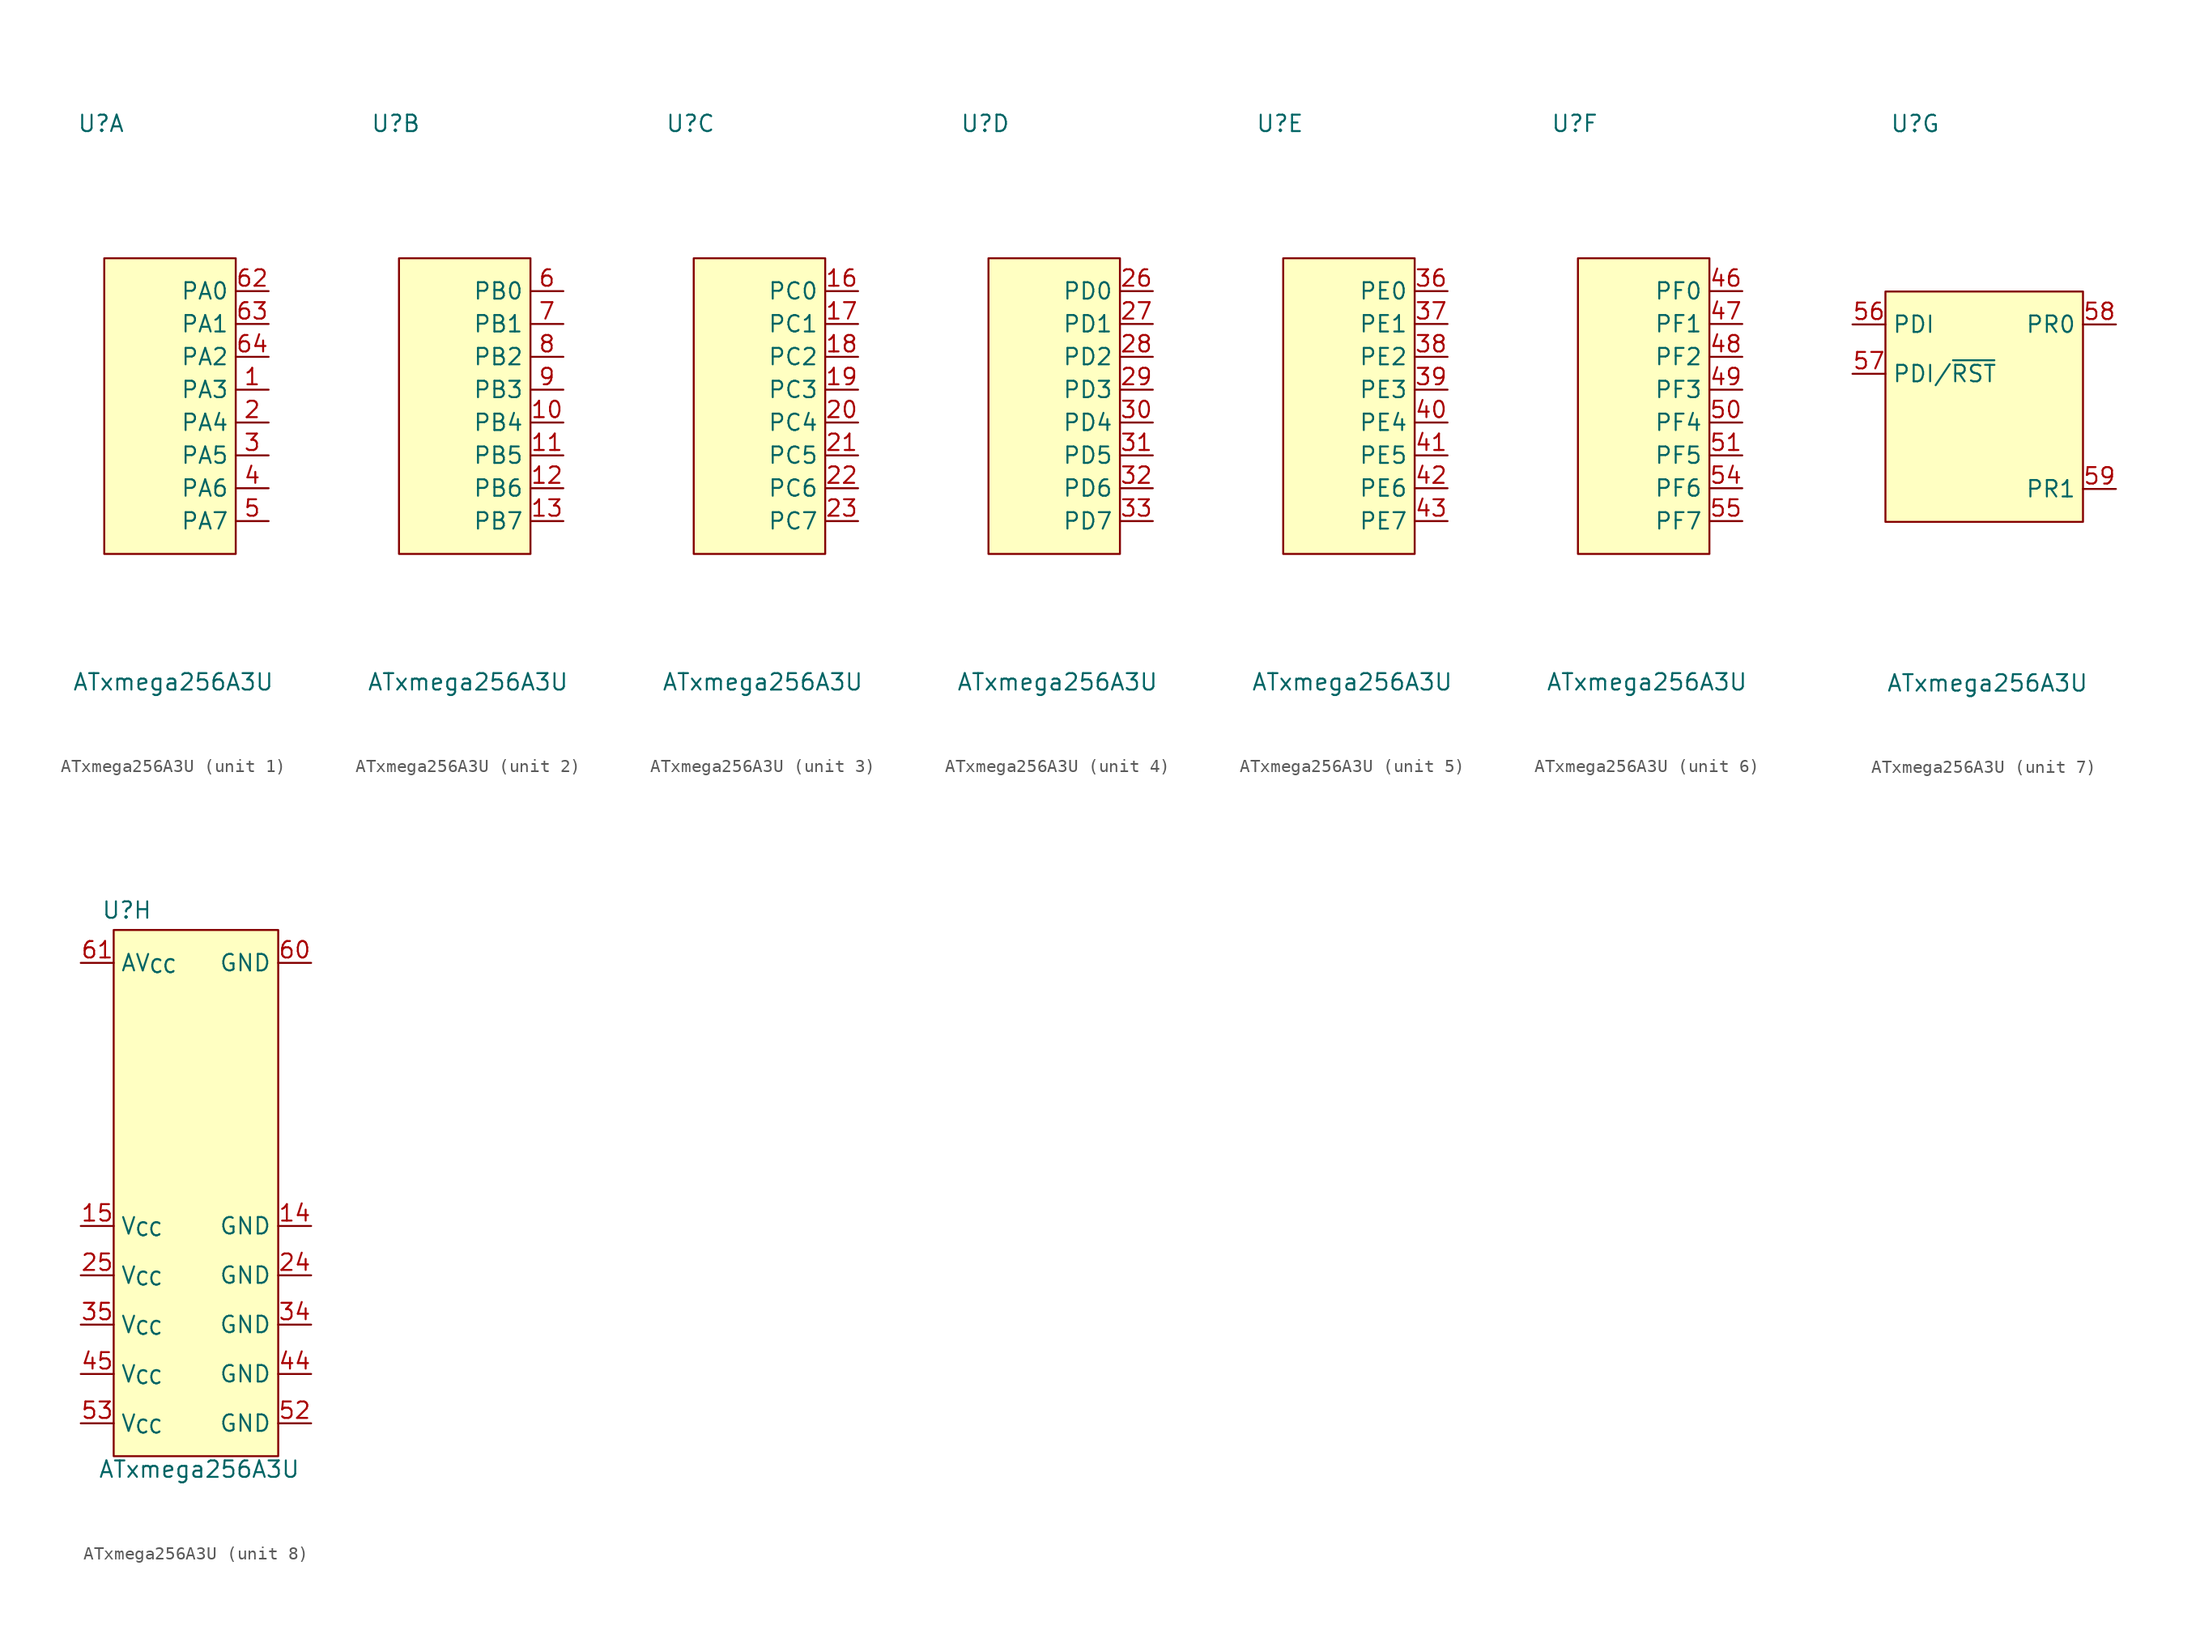
<source format=kicad_sym>
(kicad_symbol_lib
  (version 20241209)
  (generator "kicad_symbol_editor")
  (generator_version "9.0")
  (symbol "ATxmega256A3U"
    (property "Reference" "U"
      (at -5.334 21.844 0)
      (effects (font (size 1.27 1.27))))
    (property "Value" "ATxmega256A3U"
      (at 0.254 -21.336 0)
      (effects (font (size 1.27 1.27))))
    (property "ki_locked" ""
      (at 0 0 0)
      (effects (font (size 1.27 1.27))))
    (symbol "ATxmega256A3U_1_1"
      (rectangle (start -5.08 11.43) (end 5.08 -11.43) (stroke (width 0) (type solid)) (fill (type background)))
      (pin bidirectional line (at 7.62 8.89 180) (length 2.54) (name "PA0" (effects (font (size 1.27 1.27)))) (number "62" (effects (font (size 1.27 1.27)))) (alternate "AC0" input line) (alternate "ADC0" input line) (alternate "AREF" output line))
      (pin bidirectional line (at 7.62 6.35 180) (length 2.54) (name "PA1" (effects (font (size 1.27 1.27)))) (number "63" (effects (font (size 1.27 1.27)))) (alternate "AC1" input line) (alternate "ADC1" input line))
      (pin bidirectional line (at 7.62 3.81 180) (length 2.54) (name "PA2" (effects (font (size 1.27 1.27)))) (number "64" (effects (font (size 1.27 1.27)))) (alternate "AC2" input line) (alternate "ADC2" input line))
      (pin bidirectional line (at 7.62 1.27 180) (length 2.54) (name "PA3" (effects (font (size 1.27 1.27)))) (number "1" (effects (font (size 1.27 1.27)))) (alternate "AC3" input line) (alternate "ADC3" input line))
      (pin bidirectional line (at 7.62 -1.27 180) (length 2.54) (name "PA4" (effects (font (size 1.27 1.27)))) (number "2" (effects (font (size 1.27 1.27)))) (alternate "AC4" input line) (alternate "ADC4" input line))
      (pin bidirectional line (at 7.62 -3.81 180) (length 2.54) (name "PA5" (effects (font (size 1.27 1.27)))) (number "3" (effects (font (size 1.27 1.27)))) (alternate "AC5" input line) (alternate "ADC5" input line))
      (pin bidirectional line (at 7.62 -6.35 180) (length 2.54) (name "PA6" (effects (font (size 1.27 1.27)))) (number "4" (effects (font (size 1.27 1.27)))) (alternate "AC1OUT" output line) (alternate "AC6" input line) (alternate "ADC6" input line))
      (pin bidirectional line (at 7.62 -8.89 180) (length 2.54) (name "PA7" (effects (font (size 1.27 1.27)))) (number "5" (effects (font (size 1.27 1.27)))) (alternate "AC0OUT" output line) (alternate "AC7" input line) (alternate "ADC7" input line)))
    (symbol "ATxmega256A3U_2_1"
      (rectangle (start -5.08 11.43) (end 5.08 -11.43) (stroke (width 0) (type solid)) (fill (type background)))
      (pin bidirectional line (at 7.62 8.89 180) (length 2.54) (name "PB0" (effects (font (size 1.27 1.27)))) (number "6" (effects (font (size 1.27 1.27)))) (alternate "ADC8" input line) (alternate "AREF" output line))
      (pin bidirectional line (at 7.62 6.35 180) (length 2.54) (name "PB1" (effects (font (size 1.27 1.27)))) (number "7" (effects (font (size 1.27 1.27)))) (alternate "ADC9" input line))
      (pin bidirectional line (at 7.62 3.81 180) (length 2.54) (name "PB2" (effects (font (size 1.27 1.27)))) (number "8" (effects (font (size 1.27 1.27)))) (alternate "ADC10" input line) (alternate "DAC0" output line))
      (pin bidirectional line (at 7.62 1.27 180) (length 2.54) (name "PB3" (effects (font (size 1.27 1.27)))) (number "9" (effects (font (size 1.27 1.27)))) (alternate "ADC11" input line) (alternate "DAC1" output line))
      (pin bidirectional line (at 7.62 -1.27 180) (length 2.54) (name "PB4" (effects (font (size 1.27 1.27)))) (number "10" (effects (font (size 1.27 1.27)))) (alternate "ADC12" input line) (alternate "TMS" input line))
      (pin bidirectional line (at 7.62 -3.81 180) (length 2.54) (name "PB5" (effects (font (size 1.27 1.27)))) (number "11" (effects (font (size 1.27 1.27)))) (alternate "ADC13" input line) (alternate "TDI" input line))
      (pin bidirectional line (at 7.62 -6.35 180) (length 2.54) (name "PB6" (effects (font (size 1.27 1.27)))) (number "12" (effects (font (size 1.27 1.27)))) (alternate "ADC14" input line) (alternate "TCK" input line))
      (pin bidirectional line (at 7.62 -8.89 180) (length 2.54) (name "PB7" (effects (font (size 1.27 1.27)))) (number "13" (effects (font (size 1.27 1.27)))) (alternate "ADC15" input line) (alternate "TDO" output line)))
    (symbol "ATxmega256A3U_3_1"
      (rectangle (start -5.08 11.43) (end 5.08 -11.43) (stroke (width 0) (type solid)) (fill (type background)))
      (pin bidirectional line (at 7.62 8.89 180) (length 2.54) (name "PC0" (effects (font (size 1.27 1.27)))) (number "16" (effects (font (size 1.27 1.27)))) (alternate "OC0A" output line) (alternate "SDA" open_collector line) (alternate "SDAIN" open_collector line) (alternate "~{OC0ALS}" output line))
      (pin bidirectional line (at 7.62 6.35 180) (length 2.54) (name "PC1" (effects (font (size 1.27 1.27)))) (number "17" (effects (font (size 1.27 1.27)))) (alternate "C0XCK0" bidirectional line) (alternate "OC0AHS" output line) (alternate "OC0B" output line) (alternate "SCL" open_collector line) (alternate "SCLIN" open_collector line))
      (pin bidirectional line (at 7.62 3.81 180) (length 2.54) (name "PC2" (effects (font (size 1.27 1.27)))) (number "18" (effects (font (size 1.27 1.27)))) (alternate "C0RXD0" input line) (alternate "OC0C" output line) (alternate "SDAOUT" open_collector line) (alternate "~{OC0BLS}" output line))
      (pin bidirectional line (at 7.62 1.27 180) (length 2.54) (name "PC3" (effects (font (size 1.27 1.27)))) (number "19" (effects (font (size 1.27 1.27)))) (alternate "C0TXD0" output line) (alternate "OC0BHS" output line) (alternate "OC0D" output line) (alternate "SCLOUT" open_collector line))
      (pin bidirectional line (at 7.62 -1.27 180) (length 2.54) (name "PC4" (effects (font (size 1.27 1.27)))) (number "20" (effects (font (size 1.27 1.27)))) (alternate "OC0A" output line) (alternate "OC1A" output line) (alternate "~{OC0CLS}" output line) (alternate "~{SS}" bidirectional line))
      (pin bidirectional line (at 7.62 -3.81 180) (length 2.54) (name "PC5" (effects (font (size 1.27 1.27)))) (number "21" (effects (font (size 1.27 1.27)))))
      (pin bidirectional line (at 7.62 -6.35 180) (length 2.54) (name "PC6" (effects (font (size 1.27 1.27)))) (number "22" (effects (font (size 1.27 1.27)))))
      (pin bidirectional line (at 7.62 -8.89 180) (length 2.54) (name "PC7" (effects (font (size 1.27 1.27)))) (number "23" (effects (font (size 1.27 1.27))))))
    (symbol "ATxmega256A3U_4_1"
      (rectangle (start -5.08 11.43) (end 5.08 -11.43) (stroke (width 0) (type solid)) (fill (type background)))
      (pin bidirectional line (at 7.62 8.89 180) (length 2.54) (name "PD0" (effects (font (size 1.27 1.27)))) (number "26" (effects (font (size 1.27 1.27)))))
      (pin bidirectional line (at 7.62 6.35 180) (length 2.54) (name "PD1" (effects (font (size 1.27 1.27)))) (number "27" (effects (font (size 1.27 1.27)))))
      (pin bidirectional line (at 7.62 3.81 180) (length 2.54) (name "PD2" (effects (font (size 1.27 1.27)))) (number "28" (effects (font (size 1.27 1.27)))))
      (pin bidirectional line (at 7.62 1.27 180) (length 2.54) (name "PD3" (effects (font (size 1.27 1.27)))) (number "29" (effects (font (size 1.27 1.27)))))
      (pin bidirectional line (at 7.62 -1.27 180) (length 2.54) (name "PD4" (effects (font (size 1.27 1.27)))) (number "30" (effects (font (size 1.27 1.27)))))
      (pin bidirectional line (at 7.62 -3.81 180) (length 2.54) (name "PD5" (effects (font (size 1.27 1.27)))) (number "31" (effects (font (size 1.27 1.27)))))
      (pin bidirectional line (at 7.62 -6.35 180) (length 2.54) (name "PD6" (effects (font (size 1.27 1.27)))) (number "32" (effects (font (size 1.27 1.27)))))
      (pin bidirectional line (at 7.62 -8.89 180) (length 2.54) (name "PD7" (effects (font (size 1.27 1.27)))) (number "33" (effects (font (size 1.27 1.27))))))
    (symbol "ATxmega256A3U_5_1"
      (rectangle (start -5.08 11.43) (end 5.08 -11.43) (stroke (width 0) (type solid)) (fill (type background)))
      (pin bidirectional line (at 7.62 8.89 180) (length 2.54) (name "PE0" (effects (font (size 1.27 1.27)))) (number "36" (effects (font (size 1.27 1.27)))))
      (pin bidirectional line (at 7.62 6.35 180) (length 2.54) (name "PE1" (effects (font (size 1.27 1.27)))) (number "37" (effects (font (size 1.27 1.27)))))
      (pin bidirectional line (at 7.62 3.81 180) (length 2.54) (name "PE2" (effects (font (size 1.27 1.27)))) (number "38" (effects (font (size 1.27 1.27)))))
      (pin bidirectional line (at 7.62 1.27 180) (length 2.54) (name "PE3" (effects (font (size 1.27 1.27)))) (number "39" (effects (font (size 1.27 1.27)))))
      (pin bidirectional line (at 7.62 -1.27 180) (length 2.54) (name "PE4" (effects (font (size 1.27 1.27)))) (number "40" (effects (font (size 1.27 1.27)))))
      (pin bidirectional line (at 7.62 -3.81 180) (length 2.54) (name "PE5" (effects (font (size 1.27 1.27)))) (number "41" (effects (font (size 1.27 1.27)))))
      (pin bidirectional line (at 7.62 -6.35 180) (length 2.54) (name "PE6" (effects (font (size 1.27 1.27)))) (number "42" (effects (font (size 1.27 1.27)))))
      (pin bidirectional line (at 7.62 -8.89 180) (length 2.54) (name "PE7" (effects (font (size 1.27 1.27)))) (number "43" (effects (font (size 1.27 1.27))))))
    (symbol "ATxmega256A3U_6_1"
      (rectangle (start -5.08 11.43) (end 5.08 -11.43) (stroke (width 0) (type solid)) (fill (type background)))
      (pin bidirectional line (at 7.62 8.89 180) (length 2.54) (name "PF0" (effects (font (size 1.27 1.27)))) (number "46" (effects (font (size 1.27 1.27)))))
      (pin bidirectional line (at 7.62 6.35 180) (length 2.54) (name "PF1" (effects (font (size 1.27 1.27)))) (number "47" (effects (font (size 1.27 1.27)))))
      (pin bidirectional line (at 7.62 3.81 180) (length 2.54) (name "PF2" (effects (font (size 1.27 1.27)))) (number "48" (effects (font (size 1.27 1.27)))))
      (pin bidirectional line (at 7.62 1.27 180) (length 2.54) (name "PF3" (effects (font (size 1.27 1.27)))) (number "49" (effects (font (size 1.27 1.27)))))
      (pin bidirectional line (at 7.62 -1.27 180) (length 2.54) (name "PF4" (effects (font (size 1.27 1.27)))) (number "50" (effects (font (size 1.27 1.27)))))
      (pin bidirectional line (at 7.62 -3.81 180) (length 2.54) (name "PF5" (effects (font (size 1.27 1.27)))) (number "51" (effects (font (size 1.27 1.27)))))
      (pin bidirectional line (at 7.62 -6.35 180) (length 2.54) (name "PF6" (effects (font (size 1.27 1.27)))) (number "54" (effects (font (size 1.27 1.27)))))
      (pin bidirectional line (at 7.62 -8.89 180) (length 2.54) (name "PF7" (effects (font (size 1.27 1.27)))) (number "55" (effects (font (size 1.27 1.27))))))
    (symbol "ATxmega256A3U_7_1"
      (rectangle (start -7.62 8.89) (end 7.62 -8.89) (stroke (width 0) (type solid)) (fill (type background)))
      (pin bidirectional line (at -10.16 6.35 0) (length 2.54) (name "PDI" (effects (font (size 1.27 1.27)))) (number "56" (effects (font (size 1.27 1.27)))))
      (pin bidirectional line (at -10.16 2.54 0) (length 2.54) (name "PDI/~{RST}" (effects (font (size 1.27 1.27)))) (number "57" (effects (font (size 1.27 1.27)))))
      (pin input line (at 10.16 6.35 180) (length 2.54) (name "PR0" (effects (font (size 1.27 1.27)))) (number "58" (effects (font (size 1.27 1.27)))))
      (pin input line (at 10.16 -6.35 180) (length 2.54) (name "PR1" (effects (font (size 1.27 1.27)))) (number "59" (effects (font (size 1.27 1.27))))))
    (symbol "ATxmega256A3U_8_1"
      (rectangle (start -6.35 20.32) (end 6.35 -20.32) (stroke (width 0) (type solid)) (fill (type background)))
      (pin power_in line (at -8.89 17.78 0) (length 2.54) (name "AV_{CC}" (effects (font (size 1.27 1.27)))) (number "61" (effects (font (size 1.27 1.27)))))
      (pin power_in line (at -8.89 -2.54 0) (length 2.54) (name "V_{CC}" (effects (font (size 1.27 1.27)))) (number "15" (effects (font (size 1.27 1.27)))))
      (pin power_in line (at -8.89 -6.35 0) (length 2.54) (name "V_{CC}" (effects (font (size 1.27 1.27)))) (number "25" (effects (font (size 1.27 1.27)))))
      (pin power_in line (at -8.89 -10.16 0) (length 2.54) (name "V_{CC}" (effects (font (size 1.27 1.27)))) (number "35" (effects (font (size 1.27 1.27)))))
      (pin power_in line (at -8.89 -13.97 0) (length 2.54) (name "V_{CC}" (effects (font (size 1.27 1.27)))) (number "45" (effects (font (size 1.27 1.27)))))
      (pin power_in line (at -8.89 -17.78 0) (length 2.54) (name "V_{CC}" (effects (font (size 1.27 1.27)))) (number "53" (effects (font (size 1.27 1.27)))))
      (pin power_in line (at 8.89 17.78 180) (length 2.54) (name "GND" (effects (font (size 1.27 1.27)))) (number "60" (effects (font (size 1.27 1.27)))))
      (pin power_in line (at 8.89 -2.54 180) (length 2.54) (name "GND" (effects (font (size 1.27 1.27)))) (number "14" (effects (font (size 1.27 1.27)))))
      (pin power_in line (at 8.89 -6.35 180) (length 2.54) (name "GND" (effects (font (size 1.27 1.27)))) (number "24" (effects (font (size 1.27 1.27)))))
      (pin power_in line (at 8.89 -10.16 180) (length 2.54) (name "GND" (effects (font (size 1.27 1.27)))) (number "34" (effects (font (size 1.27 1.27)))))
      (pin power_in line (at 8.89 -13.97 180) (length 2.54) (name "GND" (effects (font (size 1.27 1.27)))) (number "44" (effects (font (size 1.27 1.27)))))
      (pin power_in line (at 8.89 -17.78 180) (length 2.54) (name "GND" (effects (font (size 1.27 1.27)))) (number "52" (effects (font (size 1.27 1.27))))))))
</source>
